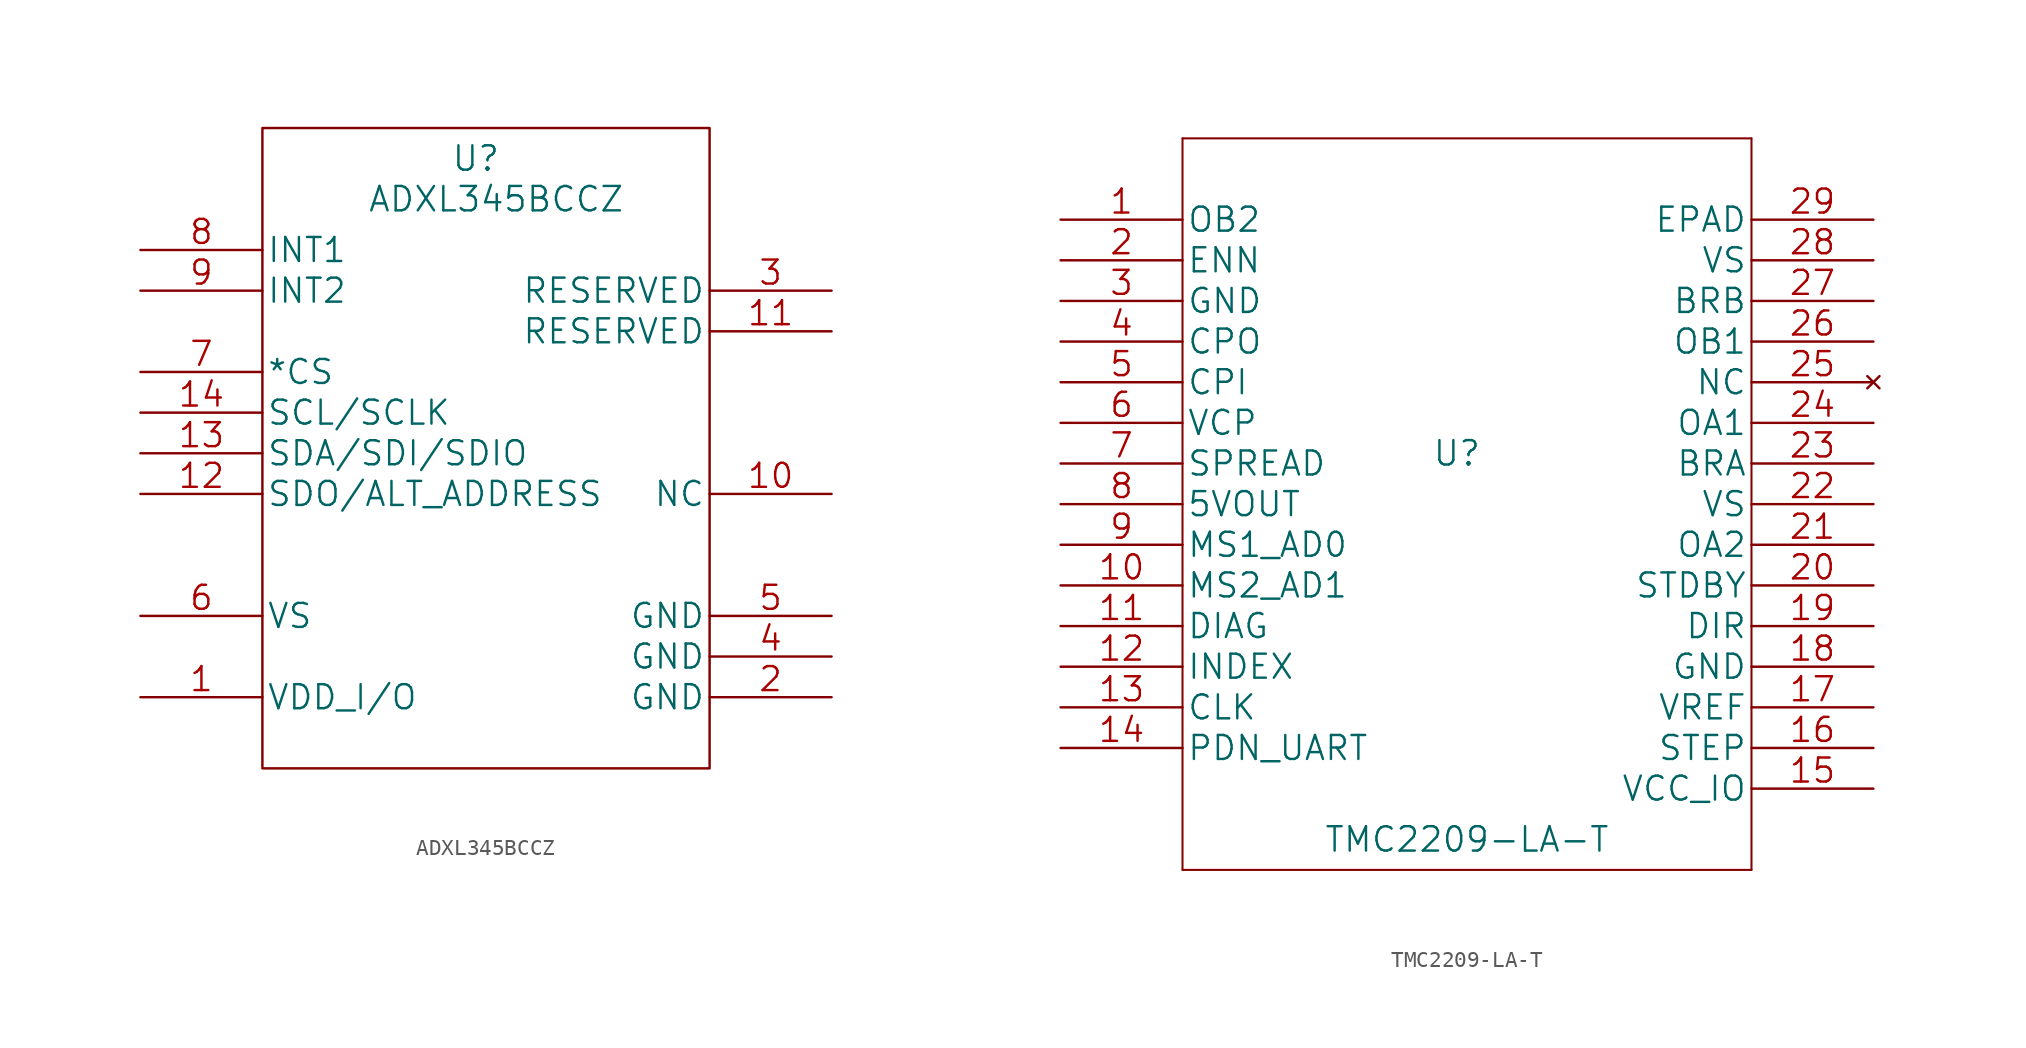
<source format=kicad_sym>
(kicad_symbol_lib
  (version 20211014)
  (generator kicad_symbol_editor)
  (symbol "ADXL345BCCZ"
    (pin_names
      (offset 0.254))
    (property "Reference" "U"
      (at 20.955 5.715 0)
      (effects (font (size 1.524 1.524))))
    (property "Value" "ADXL345BCCZ"
      (at 22.225 3.175 0)
      (effects (font (size 1.524 1.524))))
    (property "Datasheet" ""
      (at 0 0 0)
      (effects (font (size 1.524 1.524))))
    (symbol "ADXL345BCCZ_0_1"
      (rectangle (start 7.62 7.62) (end 35.56 -32.385) (stroke (width 0) (type default) (color 0 0 0 0)) (fill (type none))))
    (symbol "ADXL345BCCZ_1_1"
      (pin unspecified line (at 0 -27.94 0) (length 7.62) (name "VDD_I/O" (effects (font (size 1.499 1.499)))) (number "1" (effects (font (size 1.499 1.499)))))
      (pin unspecified line (at 43.18 -15.24 180) (length 7.62) (name "NC" (effects (font (size 1.499 1.499)))) (number "10" (effects (font (size 1.499 1.499)))))
      (pin unspecified line (at 43.18 -5.08 180) (length 7.62) (name "RESERVED" (effects (font (size 1.499 1.499)))) (number "11" (effects (font (size 1.499 1.499)))))
      (pin unspecified line (at 0 -15.24 0) (length 7.62) (name "SDO/ALT_ADDRESS" (effects (font (size 1.499 1.499)))) (number "12" (effects (font (size 1.499 1.499)))))
      (pin unspecified line (at 0 -12.7 0) (length 7.62) (name "SDA/SDI/SDIO" (effects (font (size 1.499 1.499)))) (number "13" (effects (font (size 1.499 1.499)))))
      (pin unspecified line (at 0 -10.16 0) (length 7.62) (name "SCL/SCLK" (effects (font (size 1.499 1.499)))) (number "14" (effects (font (size 1.499 1.499)))))
      (pin unspecified line (at 43.18 -27.94 180) (length 7.62) (name "GND" (effects (font (size 1.499 1.499)))) (number "2" (effects (font (size 1.499 1.499)))))
      (pin unspecified line (at 43.18 -2.54 180) (length 7.62) (name "RESERVED" (effects (font (size 1.499 1.499)))) (number "3" (effects (font (size 1.499 1.499)))))
      (pin unspecified line (at 43.18 -25.4 180) (length 7.62) (name "GND" (effects (font (size 1.499 1.499)))) (number "4" (effects (font (size 1.499 1.499)))))
      (pin unspecified line (at 43.18 -22.86 180) (length 7.62) (name "GND" (effects (font (size 1.499 1.499)))) (number "5" (effects (font (size 1.499 1.499)))))
      (pin unspecified line (at 0 -22.86 0) (length 7.62) (name "VS" (effects (font (size 1.499 1.499)))) (number "6" (effects (font (size 1.499 1.499)))))
      (pin unspecified line (at 0 -7.62 0) (length 7.62) (name "*CS" (effects (font (size 1.499 1.499)))) (number "7" (effects (font (size 1.499 1.499)))))
      (pin unspecified line (at 0 0 0) (length 7.62) (name "INT1" (effects (font (size 1.499 1.499)))) (number "8" (effects (font (size 1.499 1.499)))))
      (pin unspecified line (at 0 -2.54 0) (length 7.62) (name "INT2" (effects (font (size 1.499 1.499)))) (number "9" (effects (font (size 1.499 1.499)))))))
  (symbol "TMC2209-LA-T"
    (pin_names
      (offset 0.254))
    (property "Reference" "U"
      (at 24.765 -14.605 0)
      (effects (font (size 1.524 1.524))))
    (property "Value" "TMC2209-LA-T"
      (at 25.4 -38.735 0)
      (effects (font (size 1.524 1.524))))
    (property "Datasheet" ""
      (at 0 0 0)
      (effects (font (size 1.524 1.524))))
    (symbol "TMC2209-LA-T_1_1"
      (polyline (pts (xy 7.62 -40.64) (xy 43.18 -40.64)) (stroke (width 0.127) (type default) (color 0 0 0 0)) (fill (type none)))
      (polyline (pts (xy 7.62 5.08) (xy 7.62 -40.64)) (stroke (width 0.127) (type default) (color 0 0 0 0)) (fill (type none)))
      (polyline (pts (xy 43.18 -40.64) (xy 43.18 5.08)) (stroke (width 0.127) (type default) (color 0 0 0 0)) (fill (type none)))
      (polyline (pts (xy 43.18 5.08) (xy 7.62 5.08)) (stroke (width 0.127) (type default) (color 0 0 0 0)) (fill (type none)))
      (pin output line (at 0 0 0) (length 7.62) (name "OB2" (effects (font (size 1.499 1.499)))) (number "1" (effects (font (size 1.499 1.499)))))
      (pin input line (at 0 -22.86 0) (length 7.62) (name "MS2_AD1" (effects (font (size 1.499 1.499)))) (number "10" (effects (font (size 1.499 1.499)))))
      (pin output line (at 0 -25.4 0) (length 7.62) (name "DIAG" (effects (font (size 1.499 1.499)))) (number "11" (effects (font (size 1.499 1.499)))))
      (pin output line (at 0 -27.94 0) (length 7.62) (name "INDEX" (effects (font (size 1.499 1.499)))) (number "12" (effects (font (size 1.499 1.499)))))
      (pin input line (at 0 -30.48 0) (length 7.62) (name "CLK" (effects (font (size 1.499 1.499)))) (number "13" (effects (font (size 1.499 1.499)))))
      (pin bidirectional line (at 0 -33.02 0) (length 7.62) (name "PDN_UART" (effects (font (size 1.499 1.499)))) (number "14" (effects (font (size 1.499 1.499)))))
      (pin power_in line (at 50.8 -35.56 180) (length 7.62) (name "VCC_IO" (effects (font (size 1.499 1.499)))) (number "15" (effects (font (size 1.499 1.499)))))
      (pin input line (at 50.8 -33.02 180) (length 7.62) (name "STEP" (effects (font (size 1.499 1.499)))) (number "16" (effects (font (size 1.499 1.499)))))
      (pin input line (at 50.8 -30.48 180) (length 7.62) (name "VREF" (effects (font (size 1.499 1.499)))) (number "17" (effects (font (size 1.499 1.499)))))
      (pin power_in line (at 50.8 -27.94 180) (length 7.62) (name "GND" (effects (font (size 1.499 1.499)))) (number "18" (effects (font (size 1.499 1.499)))))
      (pin input line (at 50.8 -25.4 180) (length 7.62) (name "DIR" (effects (font (size 1.499 1.499)))) (number "19" (effects (font (size 1.499 1.499)))))
      (pin input line (at 0 -2.54 0) (length 7.62) (name "ENN" (effects (font (size 1.499 1.499)))) (number "2" (effects (font (size 1.499 1.499)))))
      (pin input line (at 50.8 -22.86 180) (length 7.62) (name "STDBY" (effects (font (size 1.499 1.499)))) (number "20" (effects (font (size 1.499 1.499)))))
      (pin output line (at 50.8 -20.32 180) (length 7.62) (name "OA2" (effects (font (size 1.499 1.499)))) (number "21" (effects (font (size 1.499 1.499)))))
      (pin power_in line (at 50.8 -17.78 180) (length 7.62) (name "VS" (effects (font (size 1.499 1.499)))) (number "22" (effects (font (size 1.499 1.499)))))
      (pin unspecified line (at 50.8 -15.24 180) (length 7.62) (name "BRA" (effects (font (size 1.499 1.499)))) (number "23" (effects (font (size 1.499 1.499)))))
      (pin output line (at 50.8 -12.7 180) (length 7.62) (name "OA1" (effects (font (size 1.499 1.499)))) (number "24" (effects (font (size 1.499 1.499)))))
      (pin no_connect line (at 50.8 -10.16 180) (length 7.62) (name "NC" (effects (font (size 1.499 1.499)))) (number "25" (effects (font (size 1.499 1.499)))))
      (pin output line (at 50.8 -7.62 180) (length 7.62) (name "OB1" (effects (font (size 1.499 1.499)))) (number "26" (effects (font (size 1.499 1.499)))))
      (pin unspecified line (at 50.8 -5.08 180) (length 7.62) (name "BRB" (effects (font (size 1.499 1.499)))) (number "27" (effects (font (size 1.499 1.499)))))
      (pin power_in line (at 50.8 -2.54 180) (length 7.62) (name "VS" (effects (font (size 1.499 1.499)))) (number "28" (effects (font (size 1.499 1.499)))))
      (pin unspecified line (at 50.8 0 180) (length 7.62) (name "EPAD" (effects (font (size 1.499 1.499)))) (number "29" (effects (font (size 1.499 1.499)))))
      (pin power_in line (at 0 -5.08 0) (length 7.62) (name "GND" (effects (font (size 1.499 1.499)))) (number "3" (effects (font (size 1.499 1.499)))))
      (pin output line (at 0 -7.62 0) (length 7.62) (name "CPO" (effects (font (size 1.499 1.499)))) (number "4" (effects (font (size 1.499 1.499)))))
      (pin input line (at 0 -10.16 0) (length 7.62) (name "CPI" (effects (font (size 1.499 1.499)))) (number "5" (effects (font (size 1.499 1.499)))))
      (pin power_in line (at 0 -12.7 0) (length 7.62) (name "VCP" (effects (font (size 1.499 1.499)))) (number "6" (effects (font (size 1.499 1.499)))))
      (pin input line (at 0 -15.24 0) (length 7.62) (name "SPREAD" (effects (font (size 1.499 1.499)))) (number "7" (effects (font (size 1.499 1.499)))))
      (pin output line (at 0 -17.78 0) (length 7.62) (name "5VOUT" (effects (font (size 1.499 1.499)))) (number "8" (effects (font (size 1.499 1.499)))))
      (pin input line (at 0 -20.32 0) (length 7.62) (name "MS1_AD0" (effects (font (size 1.499 1.499)))) (number "9" (effects (font (size 1.499 1.499))))))))
</source>
